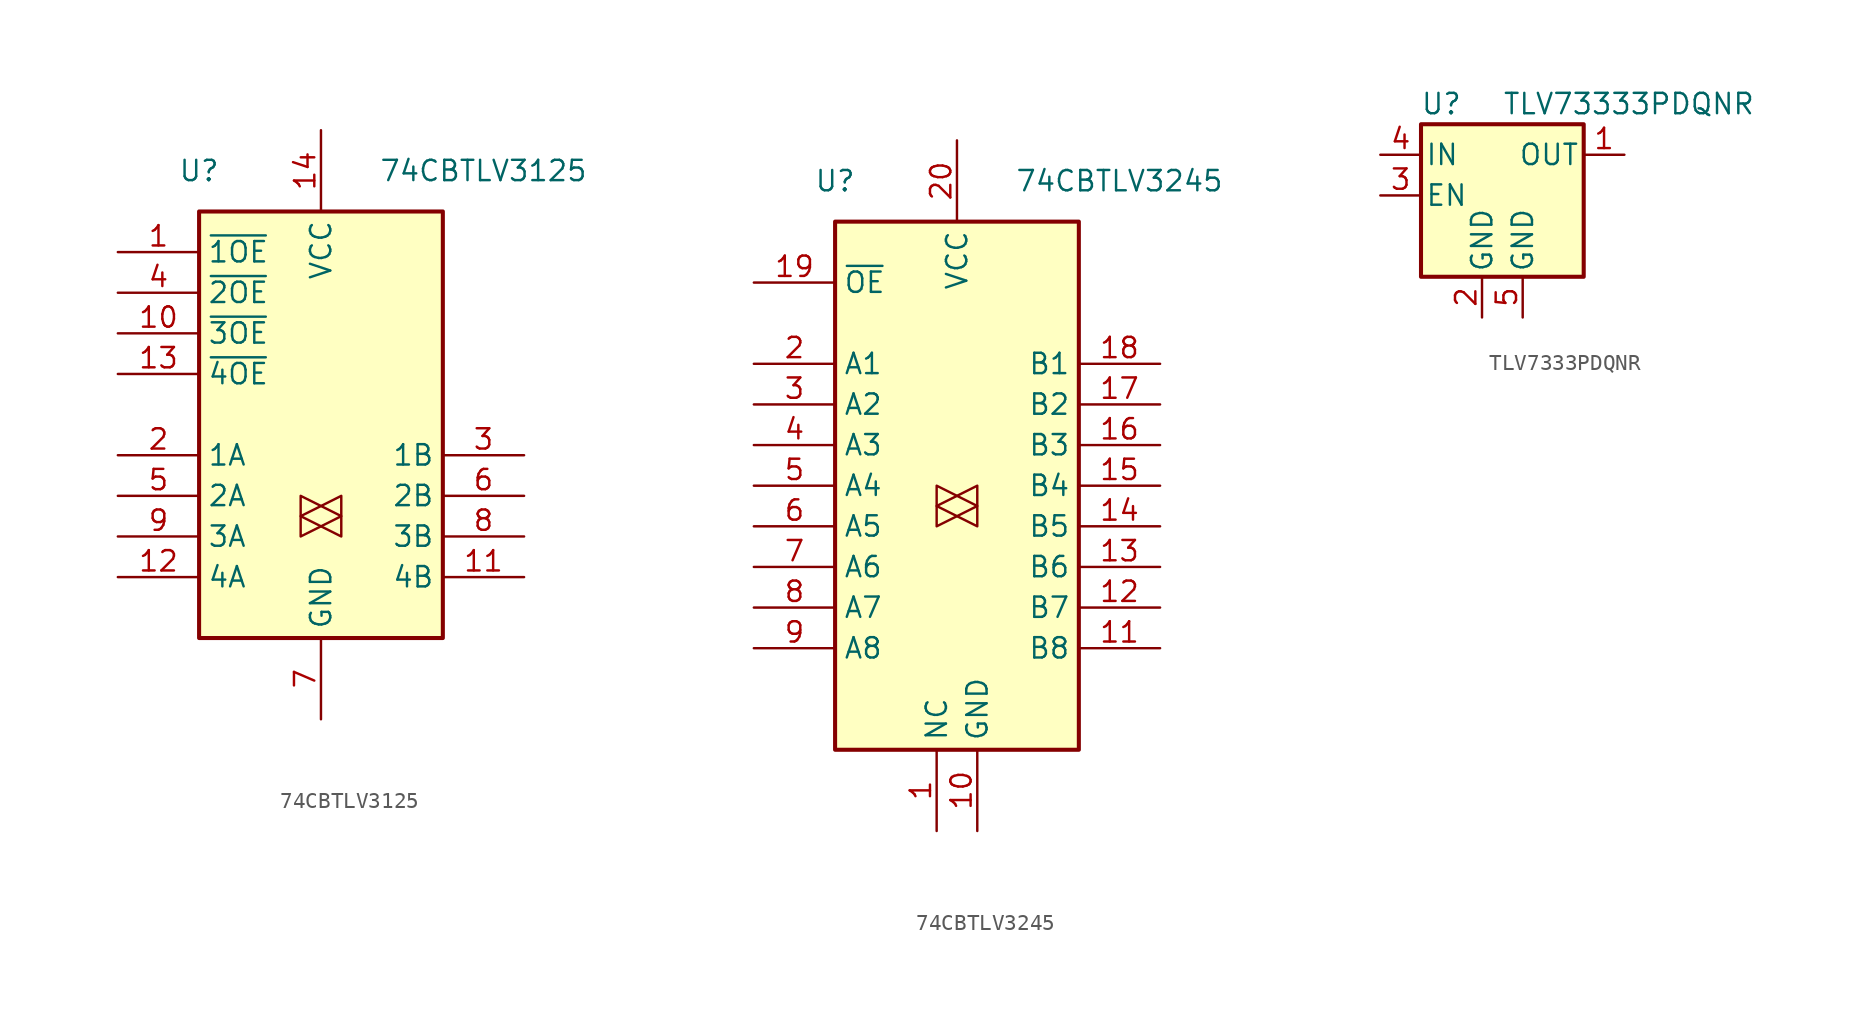
<source format=kicad_sym>
(kicad_symbol_lib
  (version 20220914)
  (generator kicad_symbol_editor)
  (symbol "74CBTLV3125"
    (property "Reference" "U"
      (at -7.62 15.24 0)
      (effects (font (size 1.27 1.27))))
    (property "Value" "74CBTLV3125"
      (at 10.16 15.24 0)
      (effects (font (size 1.27 1.27))))
    (symbol "74CBTLV3125_0_1"
      (rectangle (start -7.62 12.7) (end 7.62 -13.97) (stroke (width 0.254) (type default)) (fill (type background))))
    (symbol "74CBTLV3125_1_0"
      (polyline (pts (xy 1.27 -6.35) (xy -1.27 -5.08) (xy -1.27 -7.62) (xy 1.27 -6.35)) (stroke (width 0.152) (type default)) (fill (type none)))
      (polyline (pts (xy 1.27 -5.08) (xy -1.27 -6.35) (xy 1.27 -7.62) (xy 1.27 -5.08)) (stroke (width 0) (type default)) (fill (type none)))
      (pin input line (at -12.7 5.08 0) (length 5.08) (name "~{3OE}" (effects (font (size 1.27 1.27)))) (number "10" (effects (font (size 1.27 1.27)))))
      (pin bidirectional line (at 12.7 -10.16 180) (length 5.08) (name "4B" (effects (font (size 1.27 1.27)))) (number "11" (effects (font (size 1.27 1.27)))))
      (pin bidirectional line (at -12.7 -10.16 0) (length 5.08) (name "4A" (effects (font (size 1.27 1.27)))) (number "12" (effects (font (size 1.27 1.27)))))
      (pin input line (at -12.7 2.54 0) (length 5.08) (name "~{4OE}" (effects (font (size 1.27 1.27)))) (number "13" (effects (font (size 1.27 1.27)))))
      (pin power_in line (at 0 17.78 270) (length 5.08) (name "VCC" (effects (font (size 1.27 1.27)))) (number "14" (effects (font (size 1.27 1.27)))))
      (pin bidirectional line (at -12.7 -2.54 0) (length 5.08) (name "1A" (effects (font (size 1.27 1.27)))) (number "2" (effects (font (size 1.27 1.27)))))
      (pin bidirectional line (at 12.7 -2.54 180) (length 5.08) (name "1B" (effects (font (size 1.27 1.27)))) (number "3" (effects (font (size 1.27 1.27)))))
      (pin input line (at -12.7 7.62 0) (length 5.08) (name "~{2OE}" (effects (font (size 1.27 1.27)))) (number "4" (effects (font (size 1.27 1.27)))))
      (pin bidirectional line (at -12.7 -5.08 0) (length 5.08) (name "2A" (effects (font (size 1.27 1.27)))) (number "5" (effects (font (size 1.27 1.27)))))
      (pin bidirectional line (at 12.7 -5.08 180) (length 5.08) (name "2B" (effects (font (size 1.27 1.27)))) (number "6" (effects (font (size 1.27 1.27)))))
      (pin power_in line (at 0 -19.05 90) (length 5.08) (name "GND" (effects (font (size 1.27 1.27)))) (number "7" (effects (font (size 1.27 1.27)))))
      (pin bidirectional line (at 12.7 -7.62 180) (length 5.08) (name "3B" (effects (font (size 1.27 1.27)))) (number "8" (effects (font (size 1.27 1.27)))))
      (pin bidirectional line (at -12.7 -7.62 0) (length 5.08) (name "3A" (effects (font (size 1.27 1.27)))) (number "9" (effects (font (size 1.27 1.27))))))
    (symbol "74CBTLV3125_1_1"
      (pin input line (at -12.7 10.16 0) (length 5.08) (name "~{1OE}" (effects (font (size 1.27 1.27)))) (number "1" (effects (font (size 1.27 1.27)))))))
  (symbol "74CBTLV3245"
    (property "Reference" "U"
      (at -7.62 20.32 0)
      (effects (font (size 1.27 1.27))))
    (property "Value" "74CBTLV3245"
      (at 10.16 20.32 0)
      (effects (font (size 1.27 1.27))))
    (symbol "74CBTLV3245_0_1"
      (rectangle (start -7.62 17.78) (end 7.62 -15.24) (stroke (width 0.254) (type default)) (fill (type background))))
    (symbol "74CBTLV3245_1_0"
      (polyline (pts (xy 1.27 0) (xy -1.27 1.27) (xy -1.27 -1.27) (xy 1.27 0)) (stroke (width 0.152) (type default)) (fill (type none)))
      (polyline (pts (xy 1.27 1.27) (xy -1.27 0) (xy 1.27 -1.27) (xy 1.27 1.27)) (stroke (width 0) (type default)) (fill (type none)))
      (pin passive line (at -1.27 -20.32 90) (length 5.08) (name "NC" (effects (font (size 1.27 1.27)))) (number "1" (effects (font (size 1.27 1.27)))))
      (pin power_in line (at 1.27 -20.32 90) (length 5.08) (name "GND" (effects (font (size 1.27 1.27)))) (number "10" (effects (font (size 1.27 1.27)))))
      (pin bidirectional line (at 12.7 -8.89 180) (length 5.08) (name "B8" (effects (font (size 1.27 1.27)))) (number "11" (effects (font (size 1.27 1.27)))))
      (pin bidirectional line (at 12.7 -6.35 180) (length 5.08) (name "B7" (effects (font (size 1.27 1.27)))) (number "12" (effects (font (size 1.27 1.27)))))
      (pin bidirectional line (at 12.7 -3.81 180) (length 5.08) (name "B6" (effects (font (size 1.27 1.27)))) (number "13" (effects (font (size 1.27 1.27)))))
      (pin bidirectional line (at 12.7 -1.27 180) (length 5.08) (name "B5" (effects (font (size 1.27 1.27)))) (number "14" (effects (font (size 1.27 1.27)))))
      (pin bidirectional line (at 12.7 1.27 180) (length 5.08) (name "B4" (effects (font (size 1.27 1.27)))) (number "15" (effects (font (size 1.27 1.27)))))
      (pin bidirectional line (at 12.7 3.81 180) (length 5.08) (name "B3" (effects (font (size 1.27 1.27)))) (number "16" (effects (font (size 1.27 1.27)))))
      (pin bidirectional line (at 12.7 6.35 180) (length 5.08) (name "B2" (effects (font (size 1.27 1.27)))) (number "17" (effects (font (size 1.27 1.27)))))
      (pin bidirectional line (at 12.7 8.89 180) (length 5.08) (name "B1" (effects (font (size 1.27 1.27)))) (number "18" (effects (font (size 1.27 1.27)))))
      (pin bidirectional line (at -12.7 8.89 0) (length 5.08) (name "A1" (effects (font (size 1.27 1.27)))) (number "2" (effects (font (size 1.27 1.27)))))
      (pin power_in line (at 0 22.86 270) (length 5.08) (name "VCC" (effects (font (size 1.27 1.27)))) (number "20" (effects (font (size 1.27 1.27)))))
      (pin bidirectional line (at -12.7 6.35 0) (length 5.08) (name "A2" (effects (font (size 1.27 1.27)))) (number "3" (effects (font (size 1.27 1.27)))))
      (pin bidirectional line (at -12.7 3.81 0) (length 5.08) (name "A3" (effects (font (size 1.27 1.27)))) (number "4" (effects (font (size 1.27 1.27)))))
      (pin bidirectional line (at -12.7 1.27 0) (length 5.08) (name "A4" (effects (font (size 1.27 1.27)))) (number "5" (effects (font (size 1.27 1.27)))))
      (pin bidirectional line (at -12.7 -1.27 0) (length 5.08) (name "A5" (effects (font (size 1.27 1.27)))) (number "6" (effects (font (size 1.27 1.27)))))
      (pin bidirectional line (at -12.7 -3.81 0) (length 5.08) (name "A6" (effects (font (size 1.27 1.27)))) (number "7" (effects (font (size 1.27 1.27)))))
      (pin bidirectional line (at -12.7 -6.35 0) (length 5.08) (name "A7" (effects (font (size 1.27 1.27)))) (number "8" (effects (font (size 1.27 1.27)))))
      (pin bidirectional line (at -12.7 -8.89 0) (length 5.08) (name "A8" (effects (font (size 1.27 1.27)))) (number "9" (effects (font (size 1.27 1.27))))))
    (symbol "74CBTLV3245_1_1"
      (pin input line (at -12.7 13.97 0) (length 5.08) (name "~{OE}" (effects (font (size 1.27 1.27)))) (number "19" (effects (font (size 1.27 1.27)))))))
  (symbol "TLV7333PDQNR"
    (pin_names
      (offset 0.254))
    (property "Reference" "U"
      (at -3.81 5.715 0)
      (effects (font (size 1.27 1.27))))
    (property "Value" "TLV73333PDQNR"
      (at 0 5.715 0)
      (effects (font (size 1.27 1.27)) (justify left)))
    (symbol "TLV7333PDQNR_0_1"
      (rectangle (start -5.08 4.445) (end 5.08 -5.08) (stroke (width 0.254) (type default)) (fill (type background))))
    (symbol "TLV7333PDQNR_1_1"
      (pin power_out line (at 7.62 2.54 180) (length 2.54) (name "OUT" (effects (font (size 1.27 1.27)))) (number "1" (effects (font (size 1.27 1.27)))))
      (pin power_in line (at -1.27 -7.62 90) (length 2.54) (name "GND" (effects (font (size 1.27 1.27)))) (number "2" (effects (font (size 1.27 1.27)))))
      (pin input line (at -7.62 0 0) (length 2.54) (name "EN" (effects (font (size 1.27 1.27)))) (number "3" (effects (font (size 1.27 1.27)))))
      (pin power_in line (at -7.62 2.54 0) (length 2.54) (name "IN" (effects (font (size 1.27 1.27)))) (number "4" (effects (font (size 1.27 1.27)))))
      (pin no_connect line (at 5.08 0 180) (length 2.54) hide (name "NC" (effects (font (size 1.27 1.27)))) (number "4" (effects (font (size 1.27 1.27)))))
      (pin power_in line (at 1.27 -7.62 90) (length 2.54) (name "GND" (effects (font (size 1.27 1.27)))) (number "5" (effects (font (size 1.27 1.27))))))))
</source>
